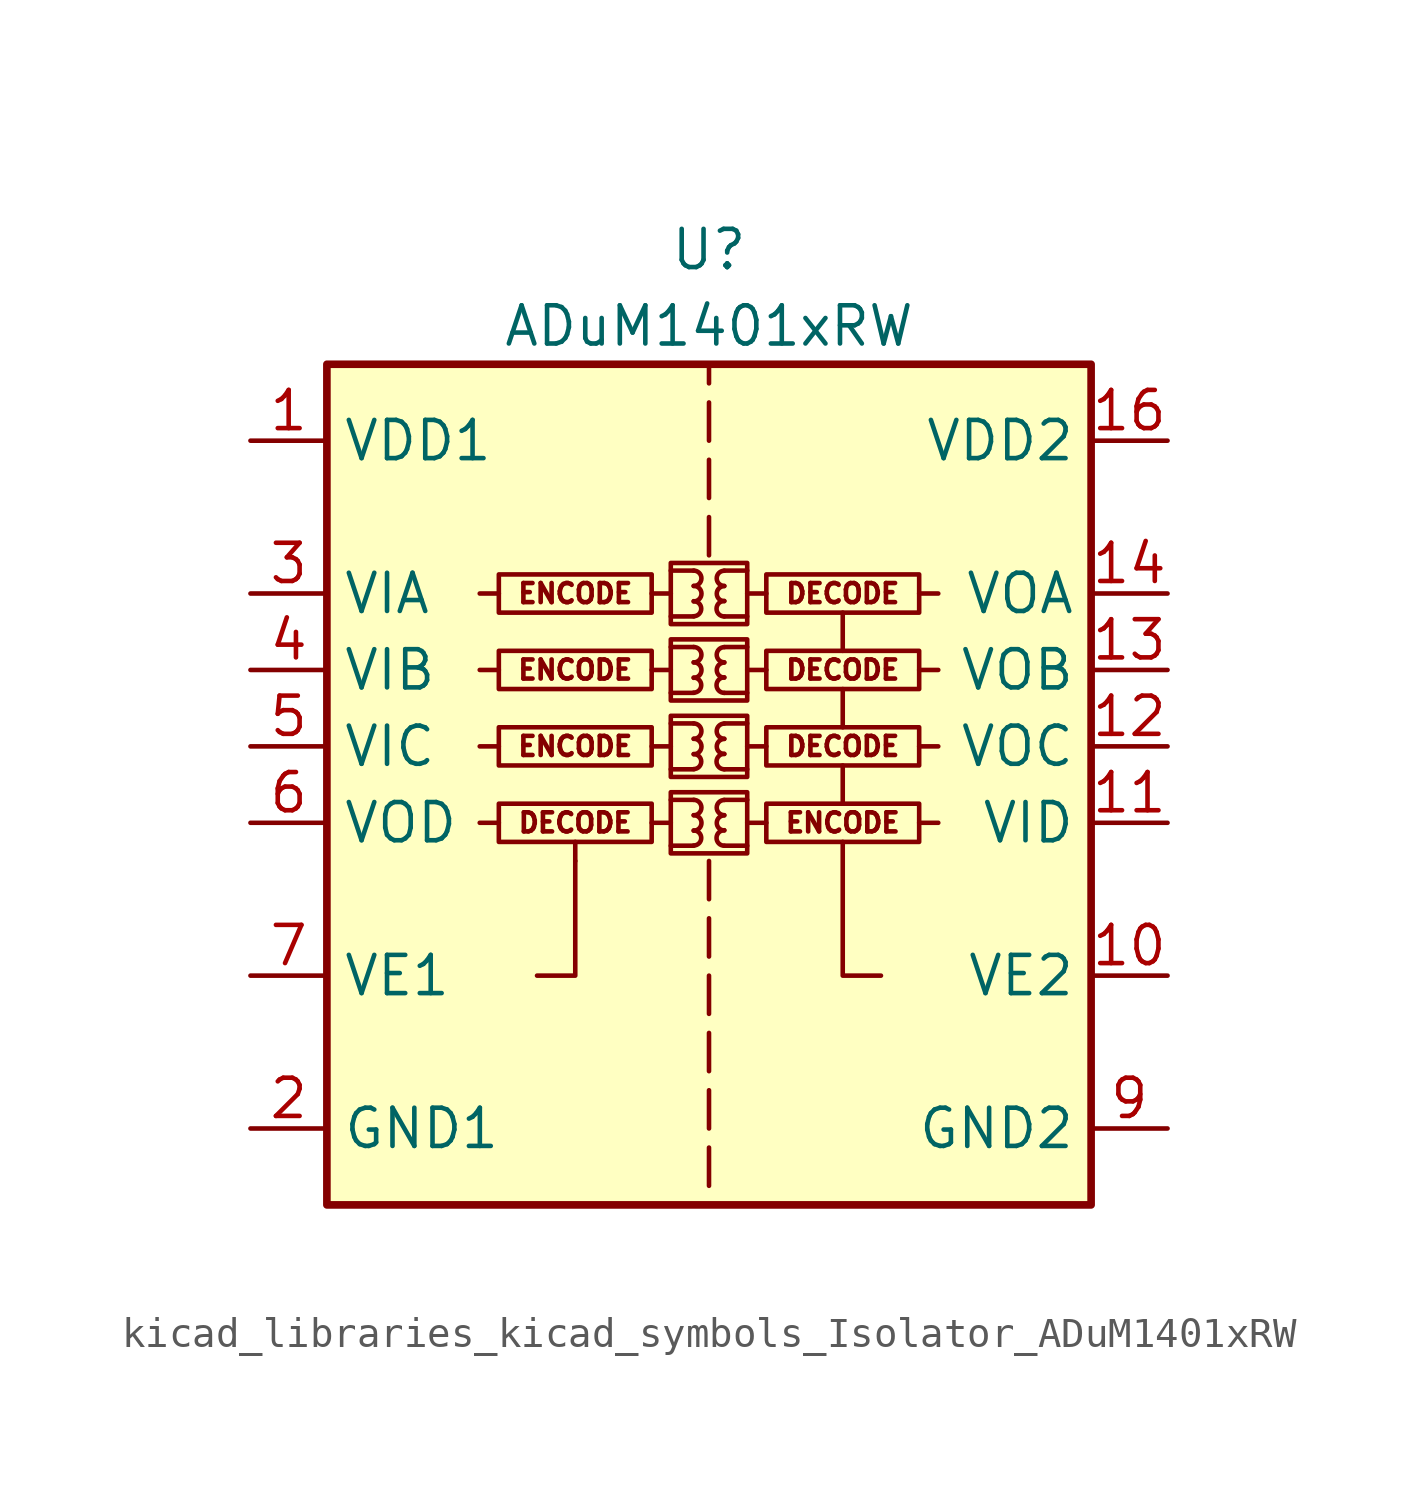
<source format=kicad_sym>
(kicad_symbol_lib
  (version 20220914)
  (generator kicad_symbol_editor)
  (symbol "kicad_libraries_kicad_symbols_Isolator_ADuM1401xRW"
    (property "Reference" "U"
      (at 0 19.05 0)
      (effects (font (size 1.27 1.27))))
    (property "Value" "ADuM1401xRW"
      (at 0 16.51 0)
      (effects (font (size 1.27 1.27))))
    (symbol "kicad_libraries_kicad_symbols_Isolator_ADuM1401xRW_0_0"
      (rectangle (start -1.905 0.635) (end -6.985 -0.635) (stroke (width 0) (type default)) (fill (type none)))
      (rectangle (start -1.27 1.016) (end 1.27 -1.016) (stroke (width 0) (type default)) (fill (type none)))
      (rectangle (start -1.27 3.556) (end 1.27 1.524) (stroke (width 0) (type default)) (fill (type none)))
      (rectangle (start -1.27 6.096) (end 1.27 4.064) (stroke (width 0) (type default)) (fill (type none)))
      (rectangle (start -1.27 8.636) (end 1.27 6.604) (stroke (width 0) (type default)) (fill (type none)))
      (arc (start -0.508 -0.762) (mid -0.2551 -0.508) (end -0.508 -0.254) (stroke (width 0) (type default)) (fill (type none)))
      (arc (start -0.508 -0.254) (mid -0.2551 0) (end -0.508 0.254) (stroke (width 0) (type default)) (fill (type none)))
      (arc (start -0.508 0.254) (mid -0.2551 0.508) (end -0.508 0.762) (stroke (width 0) (type default)) (fill (type none)))
      (arc (start -0.508 1.778) (mid -0.2551 2.032) (end -0.508 2.286) (stroke (width 0) (type default)) (fill (type none)))
      (arc (start -0.508 2.286) (mid -0.2551 2.54) (end -0.508 2.794) (stroke (width 0) (type default)) (fill (type none)))
      (arc (start -0.508 2.794) (mid -0.2551 3.048) (end -0.508 3.302) (stroke (width 0) (type default)) (fill (type none)))
      (arc (start -0.508 4.318) (mid -0.2551 4.572) (end -0.508 4.826) (stroke (width 0) (type default)) (fill (type none)))
      (arc (start -0.508 4.826) (mid -0.2551 5.08) (end -0.508 5.334) (stroke (width 0) (type default)) (fill (type none)))
      (arc (start -0.508 5.334) (mid -0.2551 5.588) (end -0.508 5.842) (stroke (width 0) (type default)) (fill (type none)))
      (arc (start -0.508 6.858) (mid -0.2551 7.112) (end -0.508 7.366) (stroke (width 0) (type default)) (fill (type none)))
      (arc (start -0.508 7.366) (mid -0.2551 7.62) (end -0.508 7.874) (stroke (width 0) (type default)) (fill (type none)))
      (arc (start -0.508 7.874) (mid -0.2551 8.128) (end -0.508 8.382) (stroke (width 0) (type default)) (fill (type none)))
      (polyline (pts (xy -6.985 0) (xy -7.62 0)) (stroke (width 0) (type default)) (fill (type none)))
      (polyline (pts (xy -6.985 2.54) (xy -7.62 2.54)) (stroke (width 0) (type default)) (fill (type none)))
      (polyline (pts (xy -6.985 5.08) (xy -7.62 5.08)) (stroke (width 0) (type default)) (fill (type none)))
      (polyline (pts (xy -6.985 7.62) (xy -7.62 7.62)) (stroke (width 0) (type default)) (fill (type none)))
      (polyline (pts (xy -4.445 -1.27) (xy -4.445 -0.635)) (stroke (width 0) (type default)) (fill (type none)))
      (polyline (pts (xy -1.905 0) (xy -1.27 0)) (stroke (width 0) (type default)) (fill (type none)))
      (polyline (pts (xy -1.905 2.54) (xy -1.27 2.54)) (stroke (width 0) (type default)) (fill (type none)))
      (polyline (pts (xy -1.905 5.08) (xy -1.27 5.08)) (stroke (width 0) (type default)) (fill (type none)))
      (polyline (pts (xy -1.905 7.62) (xy -1.27 7.62)) (stroke (width 0) (type default)) (fill (type none)))
      (polyline (pts (xy -1.27 -0.762) (xy -0.508 -0.762)) (stroke (width 0) (type default)) (fill (type none)))
      (polyline (pts (xy -1.27 0.762) (xy -0.508 0.762)) (stroke (width 0) (type default)) (fill (type none)))
      (polyline (pts (xy -1.27 1.778) (xy -0.508 1.778)) (stroke (width 0) (type default)) (fill (type none)))
      (polyline (pts (xy -1.27 3.302) (xy -0.508 3.302)) (stroke (width 0) (type default)) (fill (type none)))
      (polyline (pts (xy -1.27 4.318) (xy -0.508 4.318)) (stroke (width 0) (type default)) (fill (type none)))
      (polyline (pts (xy -1.27 5.842) (xy -0.508 5.842)) (stroke (width 0) (type default)) (fill (type none)))
      (polyline (pts (xy -1.27 6.858) (xy -0.508 6.858)) (stroke (width 0) (type default)) (fill (type none)))
      (polyline (pts (xy -1.27 8.382) (xy -0.508 8.382)) (stroke (width 0) (type default)) (fill (type none)))
      (polyline (pts (xy 0 -10.795) (xy 0 -12.065)) (stroke (width 0) (type default)) (fill (type none)))
      (polyline (pts (xy 0 -8.89) (xy 0 -10.16)) (stroke (width 0) (type default)) (fill (type none)))
      (polyline (pts (xy 0 -6.985) (xy 0 -8.255)) (stroke (width 0) (type default)) (fill (type none)))
      (polyline (pts (xy 0 -5.08) (xy 0 -6.35)) (stroke (width 0) (type default)) (fill (type none)))
      (polyline (pts (xy 0 -3.175) (xy 0 -4.445)) (stroke (width 0) (type default)) (fill (type none)))
      (polyline (pts (xy 0 -1.27) (xy 0 -2.54)) (stroke (width 0) (type default)) (fill (type none)))
      (polyline (pts (xy 0 8.89) (xy 0 10.16)) (stroke (width 0) (type default)) (fill (type none)))
      (polyline (pts (xy 0 10.795) (xy 0 12.065)) (stroke (width 0) (type default)) (fill (type none)))
      (polyline (pts (xy 0 12.7) (xy 0 13.97)) (stroke (width 0) (type default)) (fill (type none)))
      (polyline (pts (xy 0 15.24) (xy 0 14.605)) (stroke (width 0) (type default)) (fill (type none)))
      (polyline (pts (xy 1.27 -0.762) (xy 0.508 -0.762)) (stroke (width 0) (type default)) (fill (type none)))
      (polyline (pts (xy 1.27 0.762) (xy 0.508 0.762)) (stroke (width 0) (type default)) (fill (type none)))
      (polyline (pts (xy 1.27 1.778) (xy 0.508 1.778)) (stroke (width 0) (type default)) (fill (type none)))
      (polyline (pts (xy 1.27 3.302) (xy 0.508 3.302)) (stroke (width 0) (type default)) (fill (type none)))
      (polyline (pts (xy 1.27 4.318) (xy 0.508 4.318)) (stroke (width 0) (type default)) (fill (type none)))
      (polyline (pts (xy 1.27 5.842) (xy 0.508 5.842)) (stroke (width 0) (type default)) (fill (type none)))
      (polyline (pts (xy 1.27 6.858) (xy 0.508 6.858)) (stroke (width 0) (type default)) (fill (type none)))
      (polyline (pts (xy 1.27 8.382) (xy 0.508 8.382)) (stroke (width 0) (type default)) (fill (type none)))
      (polyline (pts (xy 1.905 0) (xy 1.27 0)) (stroke (width 0) (type default)) (fill (type none)))
      (polyline (pts (xy 1.905 2.54) (xy 1.27 2.54)) (stroke (width 0) (type default)) (fill (type none)))
      (polyline (pts (xy 1.905 5.08) (xy 1.27 5.08)) (stroke (width 0) (type default)) (fill (type none)))
      (polyline (pts (xy 1.905 7.62) (xy 1.27 7.62)) (stroke (width 0) (type default)) (fill (type none)))
      (polyline (pts (xy 4.445 0.635) (xy 4.445 1.905)) (stroke (width 0) (type default)) (fill (type none)))
      (polyline (pts (xy 4.445 3.175) (xy 4.445 4.445)) (stroke (width 0) (type default)) (fill (type none)))
      (polyline (pts (xy 4.445 5.715) (xy 4.445 6.985)) (stroke (width 0) (type default)) (fill (type none)))
      (polyline (pts (xy 6.985 0) (xy 7.62 0)) (stroke (width 0) (type default)) (fill (type none)))
      (polyline (pts (xy 6.985 2.54) (xy 7.62 2.54)) (stroke (width 0) (type default)) (fill (type none)))
      (polyline (pts (xy 6.985 5.08) (xy 7.62 5.08)) (stroke (width 0) (type default)) (fill (type none)))
      (polyline (pts (xy 6.985 7.62) (xy 7.62 7.62)) (stroke (width 0) (type default)) (fill (type none)))
      (polyline (pts (xy -4.445 -1.27) (xy -4.445 -5.08) (xy -5.715 -5.08)) (stroke (width 0) (type default)) (fill (type none)))
      (polyline (pts (xy 5.715 -5.08) (xy 4.445 -5.08) (xy 4.445 -0.635)) (stroke (width 0) (type default)) (fill (type none)))
      (arc (start 0.508 -0.254) (mid 0.2551 -0.508) (end 0.508 -0.762) (stroke (width 0) (type default)) (fill (type none)))
      (arc (start 0.508 0.254) (mid 0.2551 0) (end 0.508 -0.254) (stroke (width 0) (type default)) (fill (type none)))
      (arc (start 0.508 0.762) (mid 0.2551 0.508) (end 0.508 0.254) (stroke (width 0) (type default)) (fill (type none)))
      (arc (start 0.508 2.286) (mid 0.2551 2.032) (end 0.508 1.778) (stroke (width 0) (type default)) (fill (type none)))
      (arc (start 0.508 2.794) (mid 0.2551 2.54) (end 0.508 2.286) (stroke (width 0) (type default)) (fill (type none)))
      (arc (start 0.508 3.302) (mid 0.2551 3.048) (end 0.508 2.794) (stroke (width 0) (type default)) (fill (type none)))
      (arc (start 0.508 4.826) (mid 0.2551 4.572) (end 0.508 4.318) (stroke (width 0) (type default)) (fill (type none)))
      (arc (start 0.508 5.334) (mid 0.2551 5.08) (end 0.508 4.826) (stroke (width 0) (type default)) (fill (type none)))
      (arc (start 0.508 5.842) (mid 0.2551 5.588) (end 0.508 5.334) (stroke (width 0) (type default)) (fill (type none)))
      (arc (start 0.508 7.366) (mid 0.2551 7.112) (end 0.508 6.858) (stroke (width 0) (type default)) (fill (type none)))
      (arc (start 0.508 7.874) (mid 0.2551 7.62) (end 0.508 7.366) (stroke (width 0) (type default)) (fill (type none)))
      (arc (start 0.508 8.382) (mid 0.2551 8.128) (end 0.508 7.874) (stroke (width 0) (type default)) (fill (type none)))
      (rectangle (start 1.905 0.635) (end 6.985 -0.635) (stroke (width 0) (type default)) (fill (type none)))
      (rectangle (start 1.905 3.175) (end 6.985 1.905) (stroke (width 0) (type default)) (fill (type none)))
      (rectangle (start 1.905 5.715) (end 6.985 4.445) (stroke (width 0) (type default)) (fill (type none)))
      (rectangle (start 1.905 8.255) (end 6.985 6.985) (stroke (width 0) (type default)) (fill (type none)))
      (text "DECODE" (at -4.445 0 0) (effects (font (size 0.635 0.635))))
      (text "DECODE" (at 4.445 2.54 0) (effects (font (size 0.635 0.635))))
      (text "DECODE" (at 4.445 5.08 0) (effects (font (size 0.635 0.635))))
      (text "DECODE" (at 4.445 7.62 0) (effects (font (size 0.635 0.635))))
      (text "ENCODE" (at -4.445 2.54 0) (effects (font (size 0.635 0.635))))
      (text "ENCODE" (at -4.445 5.08 0) (effects (font (size 0.635 0.635))))
      (text "ENCODE" (at -4.445 7.62 0) (effects (font (size 0.635 0.635))))
      (text "ENCODE" (at 4.445 0 0) (effects (font (size 0.635 0.635)))))
    (symbol "kicad_libraries_kicad_symbols_Isolator_ADuM1401xRW_0_1"
      (rectangle (start -12.7 15.24) (end 12.7 -12.7) (stroke (width 0.254) (type default)) (fill (type background)))
      (rectangle (start -1.905 3.175) (end -6.985 1.905) (stroke (width 0) (type default)) (fill (type none)))
      (rectangle (start -1.905 5.715) (end -6.985 4.445) (stroke (width 0) (type default)) (fill (type none)))
      (rectangle (start -1.905 8.255) (end -6.985 6.985) (stroke (width 0) (type default)) (fill (type none))))
    (symbol "kicad_libraries_kicad_symbols_Isolator_ADuM1401xRW_1_1"
      (pin power_in line (at -15.24 12.7 0) (length 2.54) (name "VDD1" (effects (font (size 1.27 1.27)))) (number "1" (effects (font (size 1.27 1.27)))))
      (pin input line (at 15.24 -5.08 180) (length 2.54) (name "VE2" (effects (font (size 1.27 1.27)))) (number "10" (effects (font (size 1.27 1.27)))))
      (pin input line (at 15.24 0 180) (length 2.54) (name "VID" (effects (font (size 1.27 1.27)))) (number "11" (effects (font (size 1.27 1.27)))))
      (pin output line (at 15.24 2.54 180) (length 2.54) (name "VOC" (effects (font (size 1.27 1.27)))) (number "12" (effects (font (size 1.27 1.27)))))
      (pin output line (at 15.24 5.08 180) (length 2.54) (name "VOB" (effects (font (size 1.27 1.27)))) (number "13" (effects (font (size 1.27 1.27)))))
      (pin output line (at 15.24 7.62 180) (length 2.54) (name "VOA" (effects (font (size 1.27 1.27)))) (number "14" (effects (font (size 1.27 1.27)))))
      (pin passive line (at 15.24 -10.16 180) (length 2.54) hide (name "GND2" (effects (font (size 1.27 1.27)))) (number "15" (effects (font (size 1.27 1.27)))))
      (pin power_in line (at 15.24 12.7 180) (length 2.54) (name "VDD2" (effects (font (size 1.27 1.27)))) (number "16" (effects (font (size 1.27 1.27)))))
      (pin power_in line (at -15.24 -10.16 0) (length 2.54) (name "GND1" (effects (font (size 1.27 1.27)))) (number "2" (effects (font (size 1.27 1.27)))))
      (pin input line (at -15.24 7.62 0) (length 2.54) (name "VIA" (effects (font (size 1.27 1.27)))) (number "3" (effects (font (size 1.27 1.27)))))
      (pin input line (at -15.24 5.08 0) (length 2.54) (name "VIB" (effects (font (size 1.27 1.27)))) (number "4" (effects (font (size 1.27 1.27)))))
      (pin input line (at -15.24 2.54 0) (length 2.54) (name "VIC" (effects (font (size 1.27 1.27)))) (number "5" (effects (font (size 1.27 1.27)))))
      (pin output line (at -15.24 0 0) (length 2.54) (name "VOD" (effects (font (size 1.27 1.27)))) (number "6" (effects (font (size 1.27 1.27)))))
      (pin input line (at -15.24 -5.08 0) (length 2.54) (name "VE1" (effects (font (size 1.27 1.27)))) (number "7" (effects (font (size 1.27 1.27)))))
      (pin passive line (at -15.24 -10.16 0) (length 2.54) hide (name "GND1" (effects (font (size 1.27 1.27)))) (number "8" (effects (font (size 1.27 1.27)))))
      (pin power_in line (at 15.24 -10.16 180) (length 2.54) (name "GND2" (effects (font (size 1.27 1.27)))) (number "9" (effects (font (size 1.27 1.27))))))))
</source>
